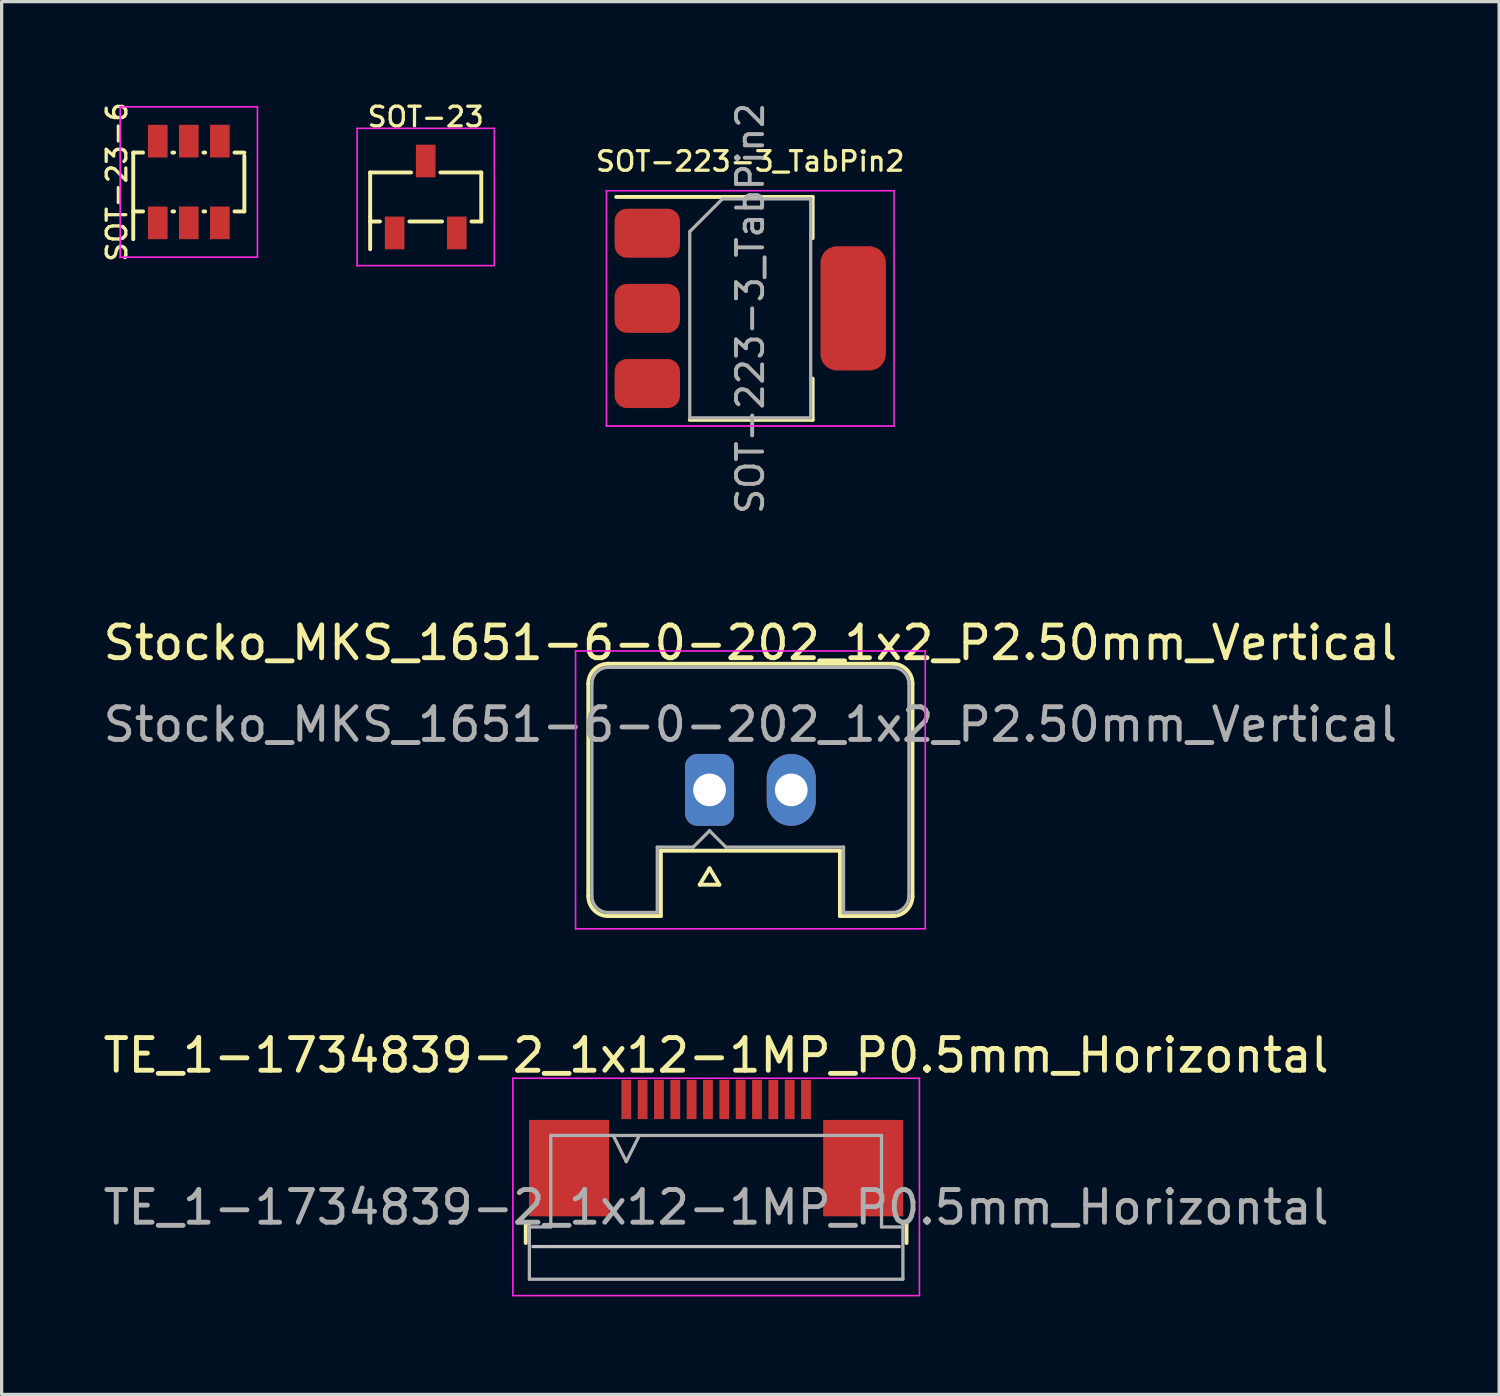
<source format=kicad_pcb>
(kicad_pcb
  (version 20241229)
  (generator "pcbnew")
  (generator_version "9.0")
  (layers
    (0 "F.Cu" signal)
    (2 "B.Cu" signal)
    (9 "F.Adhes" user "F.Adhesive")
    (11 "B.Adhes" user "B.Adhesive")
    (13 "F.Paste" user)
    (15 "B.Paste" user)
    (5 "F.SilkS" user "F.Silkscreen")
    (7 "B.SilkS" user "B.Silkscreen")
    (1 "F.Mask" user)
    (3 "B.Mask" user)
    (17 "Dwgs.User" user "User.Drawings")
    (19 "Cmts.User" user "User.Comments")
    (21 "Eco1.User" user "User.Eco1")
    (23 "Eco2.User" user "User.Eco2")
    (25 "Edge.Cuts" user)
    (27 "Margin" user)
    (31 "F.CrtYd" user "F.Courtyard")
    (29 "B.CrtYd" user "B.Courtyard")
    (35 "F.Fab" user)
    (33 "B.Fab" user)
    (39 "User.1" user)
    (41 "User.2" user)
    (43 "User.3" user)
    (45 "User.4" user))
  (footprint "SOT-223-3_TabPin2"
    (layer "F.Cu")
    (at 19.906 6.386)
    (property "Reference" "SOT-223-3_TabPin2" (at 0 -4.5 0) (layer "F.SilkS") (effects (font (size 0.6 0.6) (thickness 0.1))))
    (attr smd)
    (fp_line (start -4.1 -3.41) (end 1.91 -3.41) (stroke (width 0.12) (type solid)) (layer "F.SilkS"))
    (fp_line (start -1.85 3.41) (end 1.91 3.41) (stroke (width 0.12) (type solid)) (layer "F.SilkS"))
    (fp_line (start 1.91 -3.41) (end 1.91 -2.15) (stroke (width 0.12) (type solid)) (layer "F.SilkS"))
    (fp_line (start 1.91 3.41) (end 1.91 2.15) (stroke (width 0.12) (type solid)) (layer "F.SilkS"))
    (fp_line (start -4.4 -3.6) (end -4.4 3.6) (stroke (width 0.05) (type solid)) (layer "F.CrtYd"))
    (fp_line (start -4.4 3.6) (end 4.4 3.6) (stroke (width 0.05) (type solid)) (layer "F.CrtYd"))
    (fp_line (start 4.4 -3.6) (end -4.4 -3.6) (stroke (width 0.05) (type solid)) (layer "F.CrtYd"))
    (fp_line (start 4.4 3.6) (end 4.4 -3.6) (stroke (width 0.05) (type solid)) (layer "F.CrtYd"))
    (fp_line (start -1.85 -2.35) (end -1.85 3.35) (stroke (width 0.1) (type solid)) (layer "F.Fab"))
    (fp_line (start -1.85 -2.35) (end -0.85 -3.35) (stroke (width 0.1) (type solid)) (layer "F.Fab"))
    (fp_line (start -1.85 3.35) (end 1.85 3.35) (stroke (width 0.1) (type solid)) (layer "F.Fab"))
    (fp_line (start -0.85 -3.35) (end 1.85 -3.35) (stroke (width 0.1) (type solid)) (layer "F.Fab"))
    (fp_line (start 1.85 -3.35) (end 1.85 3.35) (stroke (width 0.1) (type solid)) (layer "F.Fab"))
    (fp_text user "${REFERENCE}" (at 0 0 90) (layer "F.Fab") (effects (font (size 0.8 0.8) (thickness 0.12))))
    (pad "1" smd roundrect (at -3.15 -2.3) (size 2 1.5) (layers "F.Cu" "F.Mask" "F.Paste") (roundrect_rratio 0.25))
    (pad "2" smd roundrect (at -3.15 0) (size 2 1.5) (layers "F.Cu" "F.Mask" "F.Paste") (roundrect_rratio 0.25))
    (pad "2" smd roundrect (at 3.15 0) (size 2 3.8) (layers "F.Cu" "F.Mask" "F.Paste") (roundrect_rratio 0.25))
    (pad "3" smd roundrect (at -3.15 2.3) (size 2 1.5) (layers "F.Cu" "F.Mask" "F.Paste") (roundrect_rratio 0.25)))
  (footprint "TE_1-1734839-2_1x12-1MP_P0.5mm_Horizontal"
    (layer "F.Cu")
    (at 18.863 32.343)
    (property "Reference" "TE_1-1734839-2_1x12-1MP_P0.5mm_Horizontal" (at 0 -3.1 0) (layer "F.SilkS") (effects (font (size 1 1) (thickness 0.15))))
    (attr smd)
    (fp_line (start -5.825 2.04) (end -5.825 2.64) (stroke (width 0.12) (type solid)) (layer "F.SilkS"))
    (fp_line (start -5.715 2.04) (end -5.825 2.04) (stroke (width 0.12) (type solid)) (layer "F.SilkS"))
    (fp_line (start 5.715 2.04) (end 5.825 2.04) (stroke (width 0.12) (type solid)) (layer "F.SilkS"))
    (fp_line (start 5.825 2.04) (end 5.825 2.64) (stroke (width 0.12) (type solid)) (layer "F.SilkS"))
    (fp_line (start 5.605 2.75) (end -5.605 2.75) (stroke (width 0.1) (type solid)) (layer "Dwgs.User"))
    (fp_line (start -6.22 -2.4) (end -6.22 4.25) (stroke (width 0.05) (type solid)) (layer "F.CrtYd"))
    (fp_line (start -6.22 4.25) (end 6.22 4.25) (stroke (width 0.05) (type solid)) (layer "F.CrtYd"))
    (fp_line (start 6.22 -2.4) (end -6.22 -2.4) (stroke (width 0.05) (type solid)) (layer "F.CrtYd"))
    (fp_line (start 6.22 4.25) (end 6.22 -2.4) (stroke (width 0.05) (type solid)) (layer "F.CrtYd"))
    (fp_line (start -5.715 2.15) (end -5.06 2.15) (stroke (width 0.1) (type solid)) (layer "F.Fab"))
    (fp_line (start -5.715 3.75) (end -5.715 2.15) (stroke (width 0.1) (type solid)) (layer "F.Fab"))
    (fp_line (start -5.06 -0.65) (end 5.06 -0.65) (stroke (width 0.1) (type solid)) (layer "F.Fab"))
    (fp_line (start -5.06 2.15) (end -5.06 -0.65) (stroke (width 0.1) (type solid)) (layer "F.Fab"))
    (fp_line (start -3.15 -0.65) (end -2.75 0.15) (stroke (width 0.1) (type solid)) (layer "F.Fab"))
    (fp_line (start -2.75 0.15) (end -2.35 -0.65) (stroke (width 0.1) (type solid)) (layer "F.Fab"))
    (fp_line (start 5.06 -0.65) (end 5.06 2.15) (stroke (width 0.1) (type solid)) (layer "F.Fab"))
    (fp_line (start 5.06 2.15) (end 5.715 2.15) (stroke (width 0.1) (type solid)) (layer "F.Fab"))
    (fp_line (start 5.715 2.15) (end 5.715 3.75) (stroke (width 0.1) (type solid)) (layer "F.Fab"))
    (fp_line (start 5.715 3.75) (end -5.715 3.75) (stroke (width 0.1) (type solid)) (layer "F.Fab"))
    (fp_text user "${REFERENCE}" (at 0 1.55 0) (layer "F.Fab") (effects (font (size 1 1) (thickness 0.15))))
    (pad "1" smd rect (at -2.75 -1.75) (size 0.3 1.2) (layers "F.Cu" "F.Mask" "F.Paste"))
    (pad "2" smd rect (at -2.25 -1.75) (size 0.3 1.2) (layers "F.Cu" "F.Mask" "F.Paste"))
    (pad "3" smd rect (at -1.75 -1.75) (size 0.3 1.2) (layers "F.Cu" "F.Mask" "F.Paste"))
    (pad "4" smd rect (at -1.25 -1.75) (size 0.3 1.2) (layers "F.Cu" "F.Mask" "F.Paste"))
    (pad "5" smd rect (at -0.75 -1.75) (size 0.3 1.2) (layers "F.Cu" "F.Mask" "F.Paste"))
    (pad "6" smd rect (at -0.25 -1.75) (size 0.3 1.2) (layers "F.Cu" "F.Mask" "F.Paste"))
    (pad "7" smd rect (at 0.25 -1.75) (size 0.3 1.2) (layers "F.Cu" "F.Mask" "F.Paste"))
    (pad "8" smd rect (at 0.75 -1.75) (size 0.3 1.2) (layers "F.Cu" "F.Mask" "F.Paste"))
    (pad "9" smd rect (at 1.25 -1.75) (size 0.3 1.2) (layers "F.Cu" "F.Mask" "F.Paste"))
    (pad "10" smd rect (at 1.75 -1.75) (size 0.3 1.2) (layers "F.Cu" "F.Mask" "F.Paste"))
    (pad "11" smd rect (at 2.25 -1.75) (size 0.3 1.2) (layers "F.Cu" "F.Mask" "F.Paste"))
    (pad "12" smd rect (at 2.75 -1.75) (size 0.3 1.2) (layers "F.Cu" "F.Mask" "F.Paste"))
    (pad "MP" smd rect (at -4.5 0.35) (size 2.45 2.95) (layers "F.Cu" "F.Mask" "F.Paste"))
    (pad "MP" smd rect (at 4.5 0.35) (size 2.45 2.95) (layers "F.Cu" "F.Mask" "F.Paste")))
  (footprint "Stocko_MKS_1651-6-0-202_1x2_P2.50mm_Vertical"
    (layer "F.Cu")
    (at 18.661 21.12)
    (property "Reference" "Stocko_MKS_1651-6-0-202_1x2_P2.50mm_Vertical" (at 1.25 -4.5 0) (layer "F.SilkS") (effects (font (size 1 1) (thickness 0.15))))
    (attr through_hole)
    (fp_line (start -3.71 -3.25) (end -3.71 3.25) (stroke (width 0.12) (type solid)) (layer "F.SilkS"))
    (fp_line (start -3.1 -3.86) (end 5.6 -3.86) (stroke (width 0.12) (type solid)) (layer "F.SilkS"))
    (fp_line (start -3.1 3.86) (end -1.49 3.86) (stroke (width 0.12) (type solid)) (layer "F.SilkS"))
    (fp_line (start -1.49 1.86) (end 3.99 1.86) (stroke (width 0.12) (type solid)) (layer "F.SilkS"))
    (fp_line (start -1.49 3.86) (end -1.49 1.86) (stroke (width 0.12) (type solid)) (layer "F.SilkS"))
    (fp_line (start -0.3 2.9) (end 0.3 2.9) (stroke (width 0.12) (type solid)) (layer "F.SilkS"))
    (fp_line (start 0 2.4) (end -0.3 2.9) (stroke (width 0.12) (type solid)) (layer "F.SilkS"))
    (fp_line (start 0.3 2.9) (end 0 2.4) (stroke (width 0.12) (type solid)) (layer "F.SilkS"))
    (fp_line (start 3.99 3.86) (end 3.99 1.86) (stroke (width 0.12) (type solid)) (layer "F.SilkS"))
    (fp_line (start 5.6 3.86) (end 3.99 3.86) (stroke (width 0.12) (type solid)) (layer "F.SilkS"))
    (fp_line (start 6.21 -3.25) (end 6.21 3.25) (stroke (width 0.12) (type solid)) (layer "F.SilkS"))
    (fp_arc (start -3.71 -3.25) (mid -3.531335 -3.681335) (end -3.1 -3.86) (stroke (width 0.12) (type solid)) (layer "F.SilkS"))
    (fp_arc (start -3.1 3.86) (mid -3.531335 3.681335) (end -3.71 3.25) (stroke (width 0.12) (type solid)) (layer "F.SilkS"))
    (fp_arc (start 5.6 -3.86) (mid 6.031335 -3.681335) (end 6.21 -3.25) (stroke (width 0.12) (type solid)) (layer "F.SilkS"))
    (fp_arc (start 6.21 3.25) (mid 6.031335 3.681335) (end 5.6 3.86) (stroke (width 0.12) (type solid)) (layer "F.SilkS"))
    (fp_line (start -4.1 -4.25) (end -4.1 4.25) (stroke (width 0.05) (type solid)) (layer "F.CrtYd"))
    (fp_line (start -4.1 4.25) (end 6.6 4.25) (stroke (width 0.05) (type solid)) (layer "F.CrtYd"))
    (fp_line (start 6.6 -4.25) (end -4.1 -4.25) (stroke (width 0.05) (type solid)) (layer "F.CrtYd"))
    (fp_line (start 6.6 4.25) (end 6.6 -4.25) (stroke (width 0.05) (type solid)) (layer "F.CrtYd"))
    (fp_line (start -3.6 -3.25) (end -3.6 3.25) (stroke (width 0.1) (type solid)) (layer "F.Fab"))
    (fp_line (start -3.1 -3.75) (end 5.6 -3.75) (stroke (width 0.1) (type solid)) (layer "F.Fab"))
    (fp_line (start -3.1 3.75) (end -1.6 3.75) (stroke (width 0.1) (type solid)) (layer "F.Fab"))
    (fp_line (start -1.6 1.75) (end -0.5 1.75) (stroke (width 0.1) (type solid)) (layer "F.Fab"))
    (fp_line (start -1.6 3.75) (end -1.6 1.75) (stroke (width 0.1) (type solid)) (layer "F.Fab"))
    (fp_line (start -0.5 1.75) (end 0 1.25) (stroke (width 0.1) (type solid)) (layer "F.Fab"))
    (fp_line (start 0 1.25) (end 0.5 1.75) (stroke (width 0.1) (type solid)) (layer "F.Fab"))
    (fp_line (start 0.5 1.75) (end 4.1 1.75) (stroke (width 0.1) (type solid)) (layer "F.Fab"))
    (fp_line (start 4.1 3.75) (end 4.1 1.75) (stroke (width 0.1) (type solid)) (layer "F.Fab"))
    (fp_line (start 5.6 3.75) (end 4.1 3.75) (stroke (width 0.1) (type solid)) (layer "F.Fab"))
    (fp_line (start 6.1 -3.25) (end 6.1 3.25) (stroke (width 0.1) (type solid)) (layer "F.Fab"))
    (fp_arc (start -3.6 -3.25) (mid -3.453553 -3.603553) (end -3.1 -3.75) (stroke (width 0.1) (type solid)) (layer "F.Fab"))
    (fp_arc (start -3.1 3.75) (mid -3.453553 3.603553) (end -3.6 3.25) (stroke (width 0.1) (type solid)) (layer "F.Fab"))
    (fp_arc (start 5.6 -3.75) (mid 5.953553 -3.603553) (end 6.1 -3.25) (stroke (width 0.1) (type solid)) (layer "F.Fab"))
    (fp_arc (start 6.1 3.25) (mid 5.953553 3.603553) (end 5.6 3.75) (stroke (width 0.1) (type solid)) (layer "F.Fab"))
    (fp_text user "${REFERENCE}" (at 1.25 -2 0) (layer "F.Fab") (effects (font (size 1 1) (thickness 0.15))))
    (pad "1" thru_hole roundrect (at 0 0) (size 1.5 2.2) (drill 1) (layers "*.Cu" "*.Mask") (roundrect_rratio 0.25))
    (pad "2" thru_hole oval (at 2.5 0) (size 1.5 2.2) (drill 1) (layers "*.Cu" "*.Mask")))
  (footprint "SOT-23"
    (layer "F.Cu")
    (at 9.976 2.977)
    (property "Reference" "SOT-23" (at 0 -2.45 0) (layer "F.SilkS") (effects (font (size 0.6 0.6) (thickness 0.1))))
    (attr through_hole)
    (fp_line (start -1.7 -0.75) (end -1.7 0.6) (stroke (width 0.12) (type solid)) (layer "F.SilkS"))
    (fp_line (start -1.7 0.6) (end -1.7 1.6) (stroke (width 0.12) (type solid)) (layer "F.SilkS"))
    (fp_line (start -1.7 0.75) (end -1.4 0.75) (stroke (width 0.12) (type solid)) (layer "F.SilkS"))
    (fp_line (start -0.5 0.75) (end 0.5 0.75) (stroke (width 0.12) (type solid)) (layer "F.SilkS"))
    (fp_line (start -0.45 -0.75) (end -1.7 -0.75) (stroke (width 0.12) (type solid)) (layer "F.SilkS"))
    (fp_line (start 1.7 -0.75) (end 0.45 -0.75) (stroke (width 0.12) (type solid)) (layer "F.SilkS"))
    (fp_line (start 1.7 -0.75) (end 1.7 0.75) (stroke (width 0.12) (type solid)) (layer "F.SilkS"))
    (fp_line (start 1.7 0.75) (end 1.4 0.75) (stroke (width 0.12) (type solid)) (layer "F.SilkS"))
    (fp_line (start -2.1 -2.1) (end -2.1 2.1) (stroke (width 0.05) (type solid)) (layer "F.CrtYd"))
    (fp_line (start -2.1 -2.1) (end 2.1 -2.1) (stroke (width 0.05) (type solid)) (layer "F.CrtYd"))
    (fp_line (start -2.1 2.1) (end 2.1 2.1) (stroke (width 0.05) (type solid)) (layer "F.CrtYd"))
    (fp_line (start 2.1 -2.1) (end 2.1 2.1) (stroke (width 0.05) (type solid)) (layer "F.CrtYd"))
    (pad "1" smd rect (at -0.95 1.1) (size 0.6 1) (layers "F.Cu" "F.Mask"))
    (pad "2" smd rect (at 0.95 1.1) (size 0.6 1) (layers "F.Cu" "F.Mask"))
    (pad "3" smd rect (at 0 -1.1) (size 0.6 1) (layers "F.Cu" "F.Mask")))
  (footprint "SOT-23-6"
    (layer "F.Cu")
    (at 2.727 2.519)
    (property "Reference" "SOT-23-6" (at -2.2 0 270) (layer "F.SilkS") (effects (font (size 0.6 0.6) (thickness 0.1))))
    (attr through_hole)
    (fp_line (start -1.7 -0.9) (end -1.7 1.75) (stroke (width 0.12) (type solid)) (layer "F.SilkS"))
    (fp_line (start -1.7 -0.9) (end -1.4 -0.9) (stroke (width 0.12) (type solid)) (layer "F.SilkS"))
    (fp_line (start -1.7 0.9) (end -1.4 0.9) (stroke (width 0.12) (type solid)) (layer "F.SilkS"))
    (fp_line (start -0.5 -0.9) (end -0.45 -0.9) (stroke (width 0.12) (type solid)) (layer "F.SilkS"))
    (fp_line (start -0.5 0.9) (end -0.45 0.9) (stroke (width 0.12) (type solid)) (layer "F.SilkS"))
    (fp_line (start 0.45 -0.9) (end 0.5 -0.9) (stroke (width 0.12) (type solid)) (layer "F.SilkS"))
    (fp_line (start 0.45 0.9) (end 0.5 0.9) (stroke (width 0.12) (type solid)) (layer "F.SilkS"))
    (fp_line (start 1.7 -0.9) (end 1.4 -0.9) (stroke (width 0.12) (type solid)) (layer "F.SilkS"))
    (fp_line (start 1.7 -0.8) (end 1.7 0.9) (stroke (width 0.12) (type solid)) (layer "F.SilkS"))
    (fp_line (start 1.7 0.9) (end 1.4 0.9) (stroke (width 0.12) (type solid)) (layer "F.SilkS"))
    (fp_line (start -2.1 -2.3) (end -2.1 2.3) (stroke (width 0.05) (type solid)) (layer "F.CrtYd"))
    (fp_line (start -2.1 -2.3) (end 2.1 -2.3) (stroke (width 0.05) (type solid)) (layer "F.CrtYd"))
    (fp_line (start 2.1 -2.3) (end 2.1 2.3) (stroke (width 0.05) (type solid)) (layer "F.CrtYd"))
    (fp_line (start 2.1 2.3) (end -2.1 2.3) (stroke (width 0.05) (type solid)) (layer "F.CrtYd"))
    (pad "1" smd rect (at -0.95 1.25) (size 0.6 1) (layers "F.Cu" "F.Mask"))
    (pad "2" smd rect (at 0 1.25) (size 0.6 1) (layers "F.Cu" "F.Mask"))
    (pad "3" smd rect (at 0.95 1.25) (size 0.6 1) (layers "F.Cu" "F.Mask"))
    (pad "4" smd rect (at 0.95 -1.25) (size 0.6 1) (layers "F.Cu" "F.Mask"))
    (pad "5" smd rect (at 0 -1.25) (size 0.6 1) (layers "F.Cu" "F.Mask"))
    (pad "6" smd rect (at -0.95 -1.25) (size 0.6 1) (layers "F.Cu" "F.Mask")))
  (gr_rect
    (start -3 -3)
    (end 42.821 39.618)
    (stroke (width 0.1) (type default))
    (fill no)
    (layer "Edge.Cuts")))
</source>
